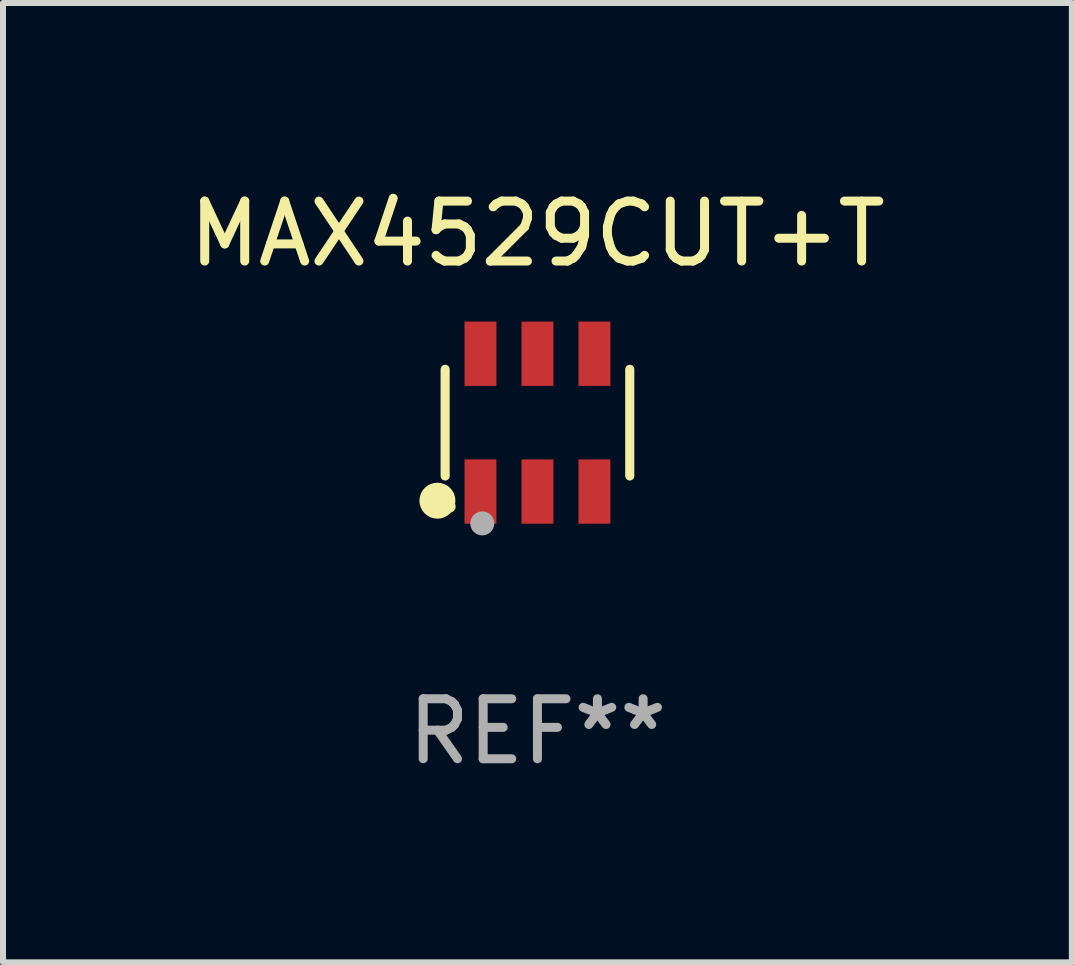
<source format=kicad_pcb>
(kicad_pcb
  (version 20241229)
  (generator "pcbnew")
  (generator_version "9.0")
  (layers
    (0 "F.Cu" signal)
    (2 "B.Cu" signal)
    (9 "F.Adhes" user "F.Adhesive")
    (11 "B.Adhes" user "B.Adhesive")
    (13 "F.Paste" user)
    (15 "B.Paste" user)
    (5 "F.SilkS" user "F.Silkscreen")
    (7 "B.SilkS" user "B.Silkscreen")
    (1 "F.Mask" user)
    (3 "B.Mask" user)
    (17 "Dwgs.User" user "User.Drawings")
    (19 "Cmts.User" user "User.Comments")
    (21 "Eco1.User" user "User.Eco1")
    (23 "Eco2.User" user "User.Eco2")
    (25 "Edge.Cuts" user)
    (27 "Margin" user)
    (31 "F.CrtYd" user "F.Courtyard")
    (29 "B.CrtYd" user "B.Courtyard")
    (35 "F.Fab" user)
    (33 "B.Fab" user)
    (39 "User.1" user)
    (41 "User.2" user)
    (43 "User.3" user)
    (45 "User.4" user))
  (footprint "MAX4529CUT+T"
    (layer "F.Cu")
    (at 5.911 3.997)
    (property "Reference" "MAX4529CUT+T" (at 0 -3.149 0) (layer "F.SilkS") (effects (font (size 1 1) (thickness 0.15))))
    (attr through_hole)
    (fp_line (start -1.539 0.889) (end -1.539 -0.889) (stroke (width 0.152) (type solid)) (layer "F.SilkS"))
    (fp_line (start 1.539 0.889) (end 1.539 -0.889) (stroke (width 0.152) (type solid)) (layer "F.SilkS"))
    (fp_circle (center -1.668 1.301) (end -1.518 1.301) (stroke (width 0.3) (type solid)) (fill no) (layer "F.SilkS"))
    (fp_circle (center -1.463 1.4) (end -1.413 1.4) (stroke (width 0.1) (type solid)) (fill no) (layer "F.SilkS"))
    (fp_circle (center -0.92 1.68) (end -0.82 1.68) (stroke (width 0.2) (type solid)) (fill no) (layer "F.Fab"))
    (fp_text user "REF**" (at 0 5.149 0) (layer "F.Fab") (effects (font (size 1 1) (thickness 0.15))))
    (pad "1" smd rect (at -0.95 1.149) (size 0.532 1.072) (layers "F.Cu" "F.Mask" "F.Paste"))
    (pad "2" smd rect (at 0 1.149) (size 0.532 1.072) (layers "F.Cu" "F.Mask" "F.Paste"))
    (pad "3" smd rect (at 0.95 1.149) (size 0.532 1.072) (layers "F.Cu" "F.Mask" "F.Paste"))
    (pad "4" smd rect (at 0.95 -1.149) (size 0.532 1.072) (layers "F.Cu" "F.Mask" "F.Paste"))
    (pad "5" smd rect (at 0 -1.149) (size 0.532 1.072) (layers "F.Cu" "F.Mask" "F.Paste"))
    (pad "6" smd rect (at -0.95 -1.149) (size 0.532 1.072) (layers "F.Cu" "F.Mask" "F.Paste")))
  (gr_rect
    (start -3 -3)
    (end 14.821 12.995)
    (stroke (width 0.1) (type default))
    (fill no)
    (layer "Edge.Cuts")))
</source>
